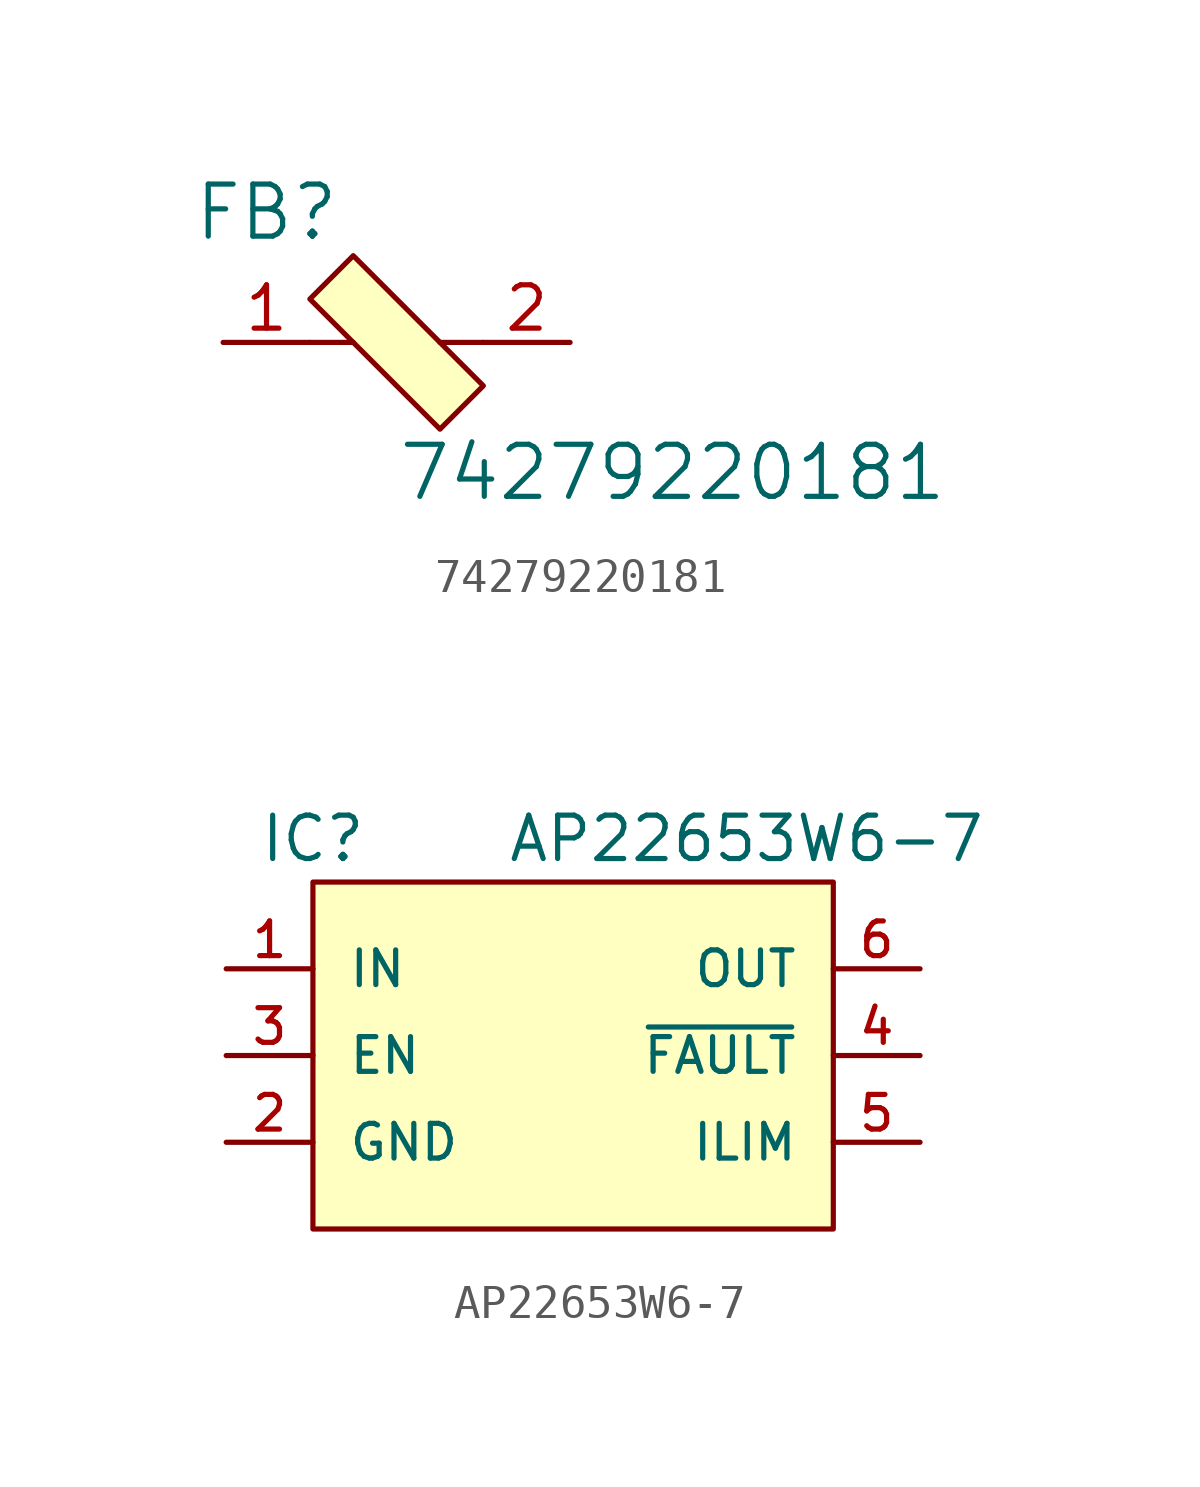
<source format=kicad_sym>
(kicad_symbol_lib
  (version 20211014)
  (generator kicad_symbol_editor)
  (symbol "74279220181"
    (pin_names
      (offset 1.016))
    (property "Reference" "FB"
      (at -3.81 3.81 0)
      (effects (font (size 1.524 1.524))))
    (property "Value" "74279220181"
      (at 0 -3.81 0)
      (effects (font (size 1.524 1.524)) (justify left)))
    (symbol "74279220181_0_1"
      (polyline (pts (xy -1.27 0) (xy -2.54 0)) (stroke (width 0) (type default) (color 0 0 0 0)) (fill (type none)))
      (polyline (pts (xy 1.27 0) (xy 2.54 0)) (stroke (width 0) (type default) (color 0 0 0 0)) (fill (type none)))
      (polyline (pts (xy -1.27 2.54) (xy -2.54 1.27) (xy 1.27 -2.54) (xy 2.54 -1.27) (xy -1.27 2.54)) (stroke (width 0) (type default) (color 0 0 0 0)) (fill (type background))))
    (symbol "74279220181_1_1"
      (pin passive line (at -5.08 0 0) (length 2.54) (name "~" (effects (font (size 1.27 1.27)))) (number "1" (effects (font (size 1.27 1.27)))))
      (pin passive line (at 5.08 0 180) (length 2.54) (name "~" (effects (font (size 1.27 1.27)))) (number "2" (effects (font (size 1.27 1.27)))))))
  (symbol "AP22653W6-7"
    (pin_names
      (offset 1.016))
    (property "Reference" "IC"
      (at -7.62 6.35 0)
      (effects (font (size 1.27 1.27))))
    (property "Value" "AP22653W6-7"
      (at 5.08 6.35 0)
      (effects (font (size 1.27 1.27))))
    (symbol "AP22653W6-7_1_1"
      (rectangle (start -7.62 5.08) (end 7.62 -5.08) (stroke (width 0.152) (type default) (color 0 0 0 0)) (fill (type background)))
      (pin bidirectional line (at -10.16 2.54 0) (length 2.54) (name "IN" (effects (font (size 1.016 1.016)))) (number "1" (effects (font (size 1.016 1.016)))))
      (pin bidirectional line (at -10.16 -2.54 0) (length 2.54) (name "GND" (effects (font (size 1.016 1.016)))) (number "2" (effects (font (size 1.016 1.016)))))
      (pin bidirectional line (at -10.16 0 0) (length 2.54) (name "EN" (effects (font (size 1.016 1.016)))) (number "3" (effects (font (size 1.016 1.016)))))
      (pin bidirectional line (at 10.16 0 180) (length 2.54) (name "~{FAULT}" (effects (font (size 1.016 1.016)))) (number "4" (effects (font (size 1.016 1.016)))))
      (pin bidirectional line (at 10.16 -2.54 180) (length 2.54) (name "ILIM" (effects (font (size 1.016 1.016)))) (number "5" (effects (font (size 1.016 1.016)))))
      (pin bidirectional line (at 10.16 2.54 180) (length 2.54) (name "OUT" (effects (font (size 1.016 1.016)))) (number "6" (effects (font (size 1.016 1.016))))))))
</source>
